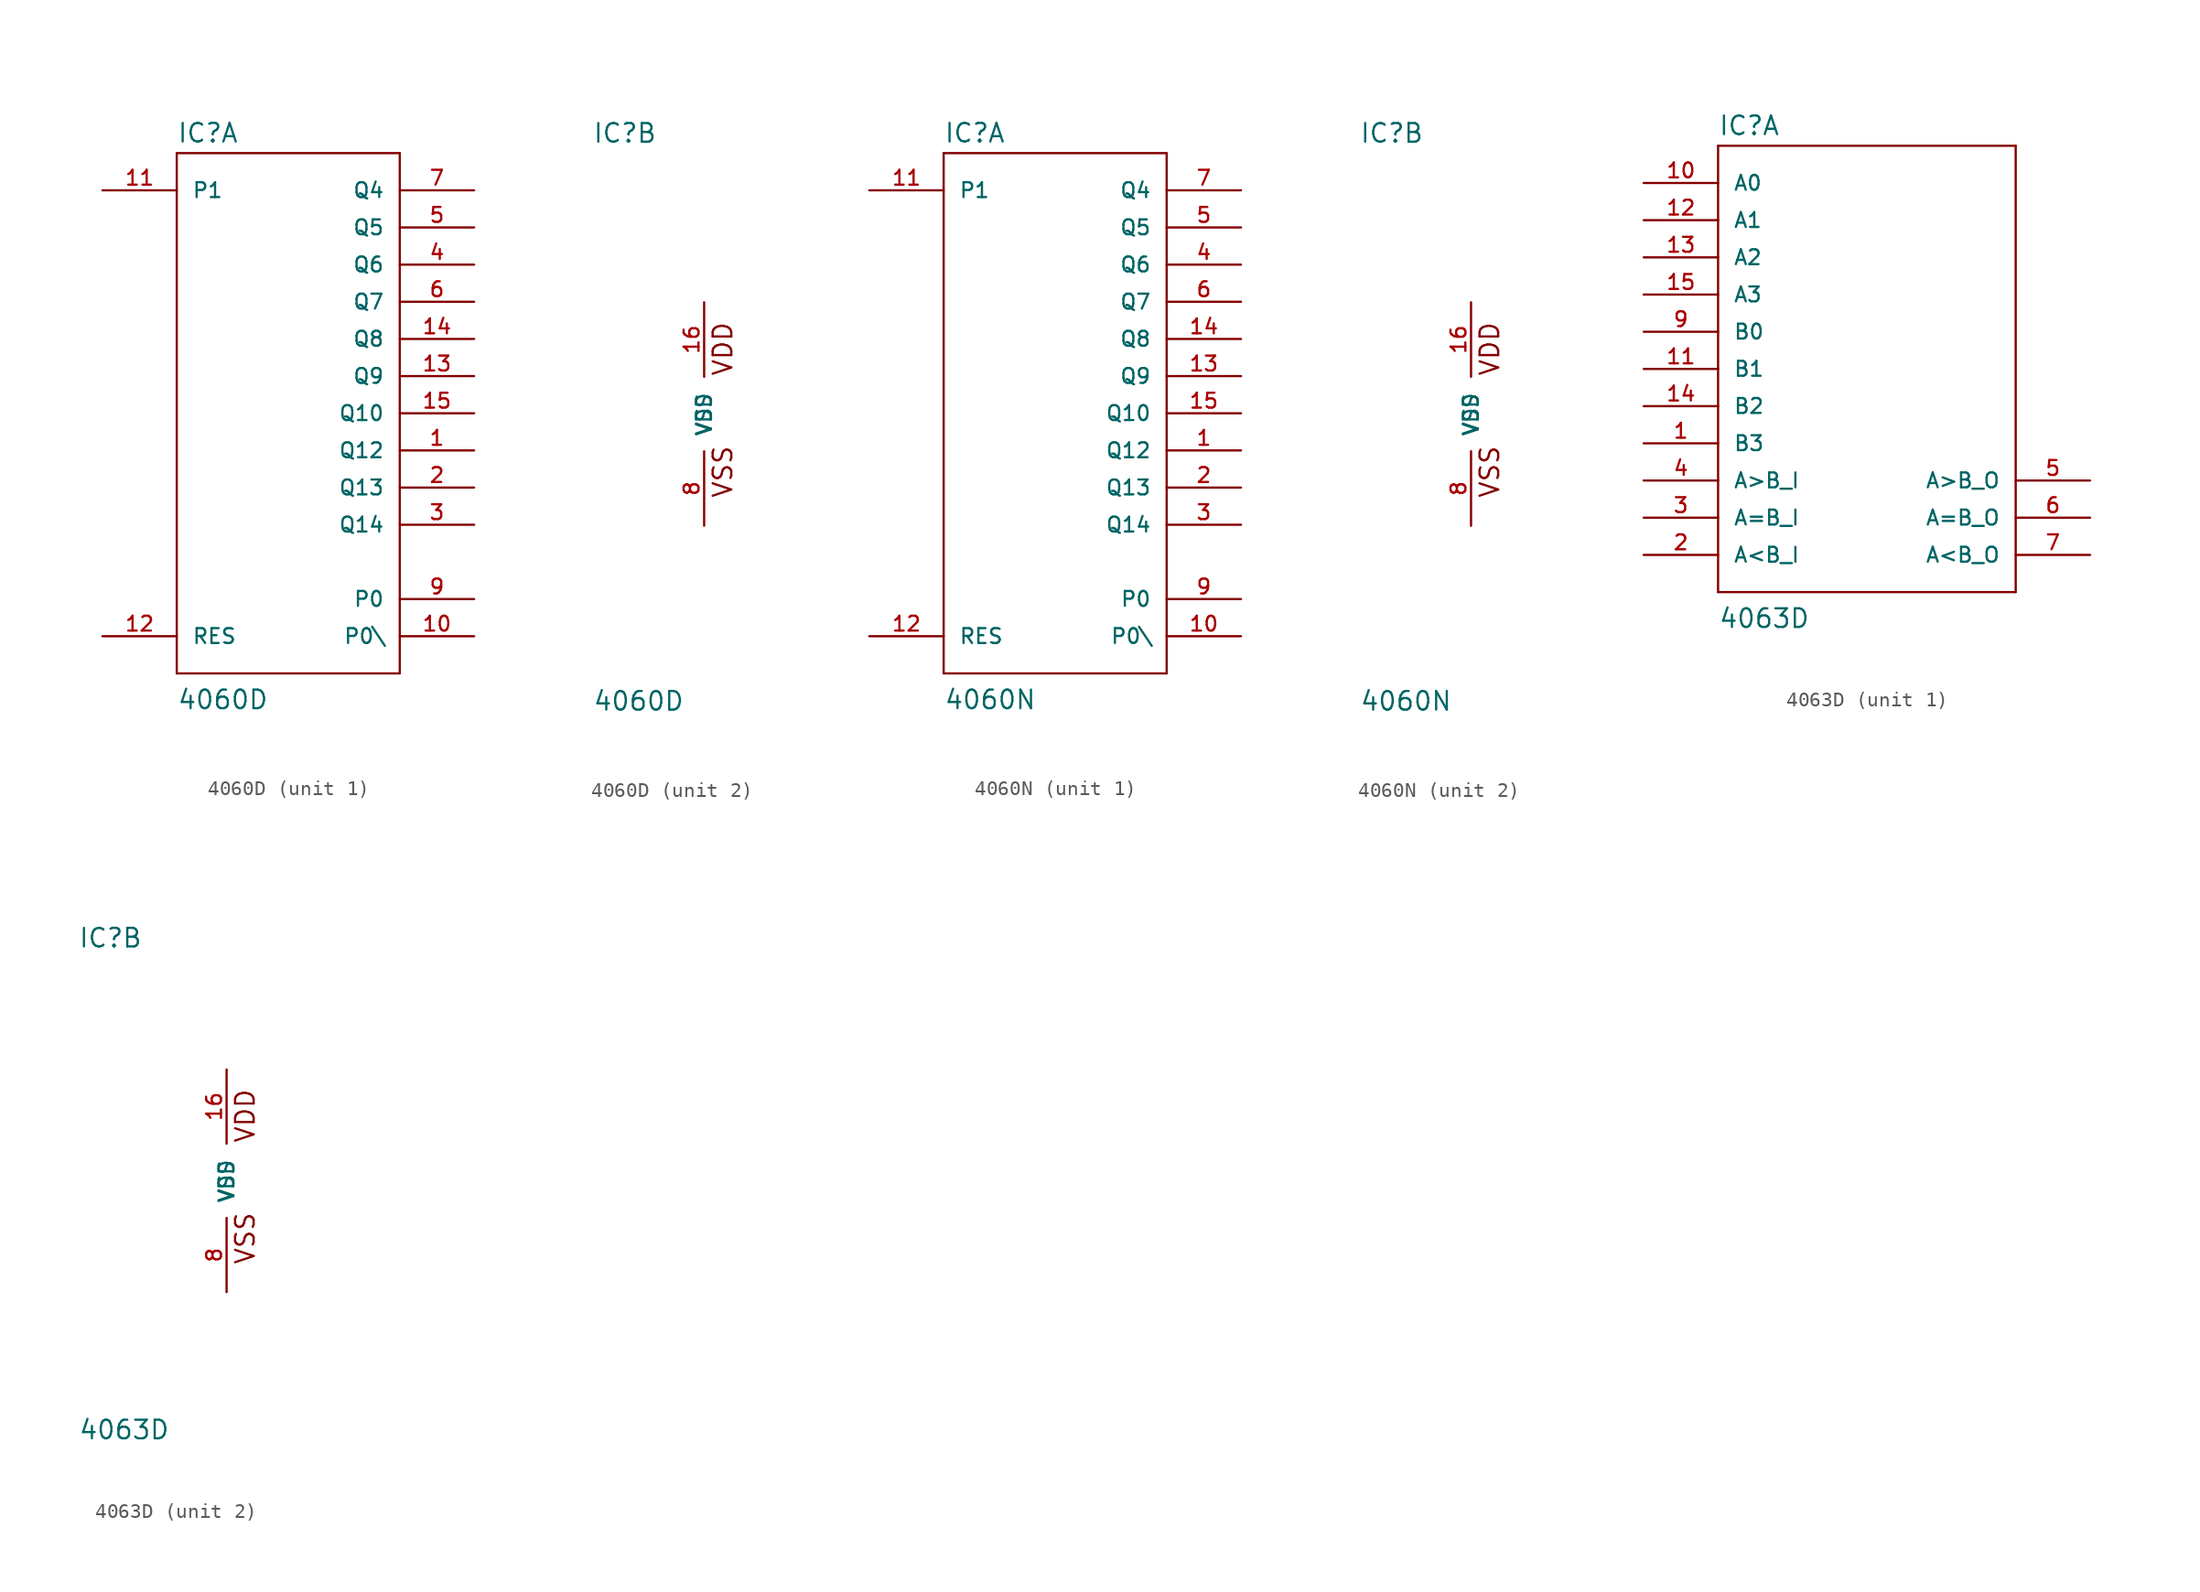
<source format=kicad_sym>
(kicad_symbol_lib
  (version 20211014)
  (generator kicad_symbol_editor)
  (symbol "4060D"
    (pin_names
      (offset 1.016))
    (property "Reference" "IC"
      (at -7.62 18.415 0)
      (effects (font (size 1.27 1.27)) (justify left bottom)))
    (property "Value" "4060D"
      (at -7.62 -20.32 0)
      (effects (font (size 1.27 1.27)) (justify left bottom)))
    (property "ki_locked" ""
      (at 0 0 0)
      (effects (font (size 1.27 1.27))))
    (symbol "4060D_1_0"
      (polyline (pts (xy -7.62 -17.78) (xy 7.62 -17.78)) (stroke (width 0) (type default) (color 0 0 0 0)) (fill (type none)))
      (polyline (pts (xy -7.62 17.78) (xy -7.62 -17.78)) (stroke (width 0) (type default) (color 0 0 0 0)) (fill (type none)))
      (polyline (pts (xy 7.62 -17.78) (xy 7.62 17.78)) (stroke (width 0) (type default) (color 0 0 0 0)) (fill (type none)))
      (polyline (pts (xy 7.62 17.78) (xy -7.62 17.78)) (stroke (width 0) (type default) (color 0 0 0 0)) (fill (type none))))
    (symbol "4060D_1_1"
      (pin output line (at 12.7 -2.54 180) (length 5.08) (name "Q12" (effects (font (size 1.016 1.016)))) (number "1" (effects (font (size 1.016 1.016)))))
      (pin output line (at 12.7 -15.24 180) (length 5.08) (name "P0\\" (effects (font (size 1.016 1.016)))) (number "10" (effects (font (size 1.016 1.016)))))
      (pin input line (at -12.7 15.24 0) (length 5.08) (name "P1" (effects (font (size 1.016 1.016)))) (number "11" (effects (font (size 1.016 1.016)))))
      (pin input line (at -12.7 -15.24 0) (length 5.08) (name "RES" (effects (font (size 1.016 1.016)))) (number "12" (effects (font (size 1.016 1.016)))))
      (pin output line (at 12.7 2.54 180) (length 5.08) (name "Q9" (effects (font (size 1.016 1.016)))) (number "13" (effects (font (size 1.016 1.016)))))
      (pin output line (at 12.7 5.08 180) (length 5.08) (name "Q8" (effects (font (size 1.016 1.016)))) (number "14" (effects (font (size 1.016 1.016)))))
      (pin output line (at 12.7 0 180) (length 5.08) (name "Q10" (effects (font (size 1.016 1.016)))) (number "15" (effects (font (size 1.016 1.016)))))
      (pin output line (at 12.7 -5.08 180) (length 5.08) (name "Q13" (effects (font (size 1.016 1.016)))) (number "2" (effects (font (size 1.016 1.016)))))
      (pin output line (at 12.7 -7.62 180) (length 5.08) (name "Q14" (effects (font (size 1.016 1.016)))) (number "3" (effects (font (size 1.016 1.016)))))
      (pin output line (at 12.7 10.16 180) (length 5.08) (name "Q6" (effects (font (size 1.016 1.016)))) (number "4" (effects (font (size 1.016 1.016)))))
      (pin output line (at 12.7 12.7 180) (length 5.08) (name "Q5" (effects (font (size 1.016 1.016)))) (number "5" (effects (font (size 1.016 1.016)))))
      (pin output line (at 12.7 7.62 180) (length 5.08) (name "Q7" (effects (font (size 1.016 1.016)))) (number "6" (effects (font (size 1.016 1.016)))))
      (pin output line (at 12.7 15.24 180) (length 5.08) (name "Q4" (effects (font (size 1.016 1.016)))) (number "7" (effects (font (size 1.016 1.016)))))
      (pin output line (at 12.7 -12.7 180) (length 5.08) (name "P0" (effects (font (size 1.016 1.016)))) (number "9" (effects (font (size 1.016 1.016))))))
    (symbol "4060D_2_0"
      (text "VDD" (at 1.27 4.445 1) (effects (font (size 1.27 1.27))))
      (text "VSS" (at 1.27 -3.937 1) (effects (font (size 1.27 1.27)))))
    (symbol "4060D_2_1"
      (pin power_in line (at 0 7.62 270) (length 5.08) (name "VDD" (effects (font (size 1.016 1.016)))) (number "16" (effects (font (size 1.016 1.016)))))
      (pin power_in line (at 0 -7.62 90) (length 5.08) (name "VSS" (effects (font (size 1.016 1.016)))) (number "8" (effects (font (size 1.016 1.016)))))))
  (symbol "4060N"
    (pin_names
      (offset 1.016))
    (property "Reference" "IC"
      (at -7.62 18.415 0)
      (effects (font (size 1.27 1.27)) (justify left bottom)))
    (property "Value" "4060N"
      (at -7.62 -20.32 0)
      (effects (font (size 1.27 1.27)) (justify left bottom)))
    (property "ki_locked" ""
      (at 0 0 0)
      (effects (font (size 1.27 1.27))))
    (symbol "4060N_1_0"
      (polyline (pts (xy -7.62 -17.78) (xy 7.62 -17.78)) (stroke (width 0) (type default) (color 0 0 0 0)) (fill (type none)))
      (polyline (pts (xy -7.62 17.78) (xy -7.62 -17.78)) (stroke (width 0) (type default) (color 0 0 0 0)) (fill (type none)))
      (polyline (pts (xy 7.62 -17.78) (xy 7.62 17.78)) (stroke (width 0) (type default) (color 0 0 0 0)) (fill (type none)))
      (polyline (pts (xy 7.62 17.78) (xy -7.62 17.78)) (stroke (width 0) (type default) (color 0 0 0 0)) (fill (type none))))
    (symbol "4060N_1_1"
      (pin output line (at 12.7 -2.54 180) (length 5.08) (name "Q12" (effects (font (size 1.016 1.016)))) (number "1" (effects (font (size 1.016 1.016)))))
      (pin output line (at 12.7 -15.24 180) (length 5.08) (name "P0\\" (effects (font (size 1.016 1.016)))) (number "10" (effects (font (size 1.016 1.016)))))
      (pin input line (at -12.7 15.24 0) (length 5.08) (name "P1" (effects (font (size 1.016 1.016)))) (number "11" (effects (font (size 1.016 1.016)))))
      (pin input line (at -12.7 -15.24 0) (length 5.08) (name "RES" (effects (font (size 1.016 1.016)))) (number "12" (effects (font (size 1.016 1.016)))))
      (pin output line (at 12.7 2.54 180) (length 5.08) (name "Q9" (effects (font (size 1.016 1.016)))) (number "13" (effects (font (size 1.016 1.016)))))
      (pin output line (at 12.7 5.08 180) (length 5.08) (name "Q8" (effects (font (size 1.016 1.016)))) (number "14" (effects (font (size 1.016 1.016)))))
      (pin output line (at 12.7 0 180) (length 5.08) (name "Q10" (effects (font (size 1.016 1.016)))) (number "15" (effects (font (size 1.016 1.016)))))
      (pin output line (at 12.7 -5.08 180) (length 5.08) (name "Q13" (effects (font (size 1.016 1.016)))) (number "2" (effects (font (size 1.016 1.016)))))
      (pin output line (at 12.7 -7.62 180) (length 5.08) (name "Q14" (effects (font (size 1.016 1.016)))) (number "3" (effects (font (size 1.016 1.016)))))
      (pin output line (at 12.7 10.16 180) (length 5.08) (name "Q6" (effects (font (size 1.016 1.016)))) (number "4" (effects (font (size 1.016 1.016)))))
      (pin output line (at 12.7 12.7 180) (length 5.08) (name "Q5" (effects (font (size 1.016 1.016)))) (number "5" (effects (font (size 1.016 1.016)))))
      (pin output line (at 12.7 7.62 180) (length 5.08) (name "Q7" (effects (font (size 1.016 1.016)))) (number "6" (effects (font (size 1.016 1.016)))))
      (pin output line (at 12.7 15.24 180) (length 5.08) (name "Q4" (effects (font (size 1.016 1.016)))) (number "7" (effects (font (size 1.016 1.016)))))
      (pin output line (at 12.7 -12.7 180) (length 5.08) (name "P0" (effects (font (size 1.016 1.016)))) (number "9" (effects (font (size 1.016 1.016))))))
    (symbol "4060N_2_0"
      (text "VDD" (at 1.27 4.445 1) (effects (font (size 1.27 1.27))))
      (text "VSS" (at 1.27 -3.937 1) (effects (font (size 1.27 1.27)))))
    (symbol "4060N_2_1"
      (pin power_in line (at 0 7.62 270) (length 5.08) (name "VDD" (effects (font (size 1.016 1.016)))) (number "16" (effects (font (size 1.016 1.016)))))
      (pin power_in line (at 0 -7.62 90) (length 5.08) (name "VSS" (effects (font (size 1.016 1.016)))) (number "8" (effects (font (size 1.016 1.016)))))))
  (symbol "4063D"
    (pin_names
      (offset 1.016))
    (property "Reference" "IC"
      (at -10.16 15.875 0)
      (effects (font (size 1.27 1.27)) (justify left bottom)))
    (property "Value" "4063D"
      (at -10.16 -17.78 0)
      (effects (font (size 1.27 1.27)) (justify left bottom)))
    (property "ki_locked" ""
      (at 0 0 0)
      (effects (font (size 1.27 1.27))))
    (symbol "4063D_1_0"
      (polyline (pts (xy -10.16 -15.24) (xy 10.16 -15.24)) (stroke (width 0) (type default) (color 0 0 0 0)) (fill (type none)))
      (polyline (pts (xy -10.16 15.24) (xy -10.16 -15.24)) (stroke (width 0) (type default) (color 0 0 0 0)) (fill (type none)))
      (polyline (pts (xy 10.16 -15.24) (xy 10.16 15.24)) (stroke (width 0) (type default) (color 0 0 0 0)) (fill (type none)))
      (polyline (pts (xy 10.16 15.24) (xy -10.16 15.24)) (stroke (width 0) (type default) (color 0 0 0 0)) (fill (type none))))
    (symbol "4063D_1_1"
      (pin input line (at -15.24 -5.08 0) (length 5.08) (name "B3" (effects (font (size 1.016 1.016)))) (number "1" (effects (font (size 1.016 1.016)))))
      (pin input line (at -15.24 12.7 0) (length 5.08) (name "A0" (effects (font (size 1.016 1.016)))) (number "10" (effects (font (size 1.016 1.016)))))
      (pin input line (at -15.24 0 0) (length 5.08) (name "B1" (effects (font (size 1.016 1.016)))) (number "11" (effects (font (size 1.016 1.016)))))
      (pin input line (at -15.24 10.16 0) (length 5.08) (name "A1" (effects (font (size 1.016 1.016)))) (number "12" (effects (font (size 1.016 1.016)))))
      (pin input line (at -15.24 7.62 0) (length 5.08) (name "A2" (effects (font (size 1.016 1.016)))) (number "13" (effects (font (size 1.016 1.016)))))
      (pin input line (at -15.24 -2.54 0) (length 5.08) (name "B2" (effects (font (size 1.016 1.016)))) (number "14" (effects (font (size 1.016 1.016)))))
      (pin input line (at -15.24 5.08 0) (length 5.08) (name "A3" (effects (font (size 1.016 1.016)))) (number "15" (effects (font (size 1.016 1.016)))))
      (pin input line (at -15.24 -12.7 0) (length 5.08) (name "A<B_I" (effects (font (size 1.016 1.016)))) (number "2" (effects (font (size 1.016 1.016)))))
      (pin input line (at -15.24 -10.16 0) (length 5.08) (name "A=B_I" (effects (font (size 1.016 1.016)))) (number "3" (effects (font (size 1.016 1.016)))))
      (pin input line (at -15.24 -7.62 0) (length 5.08) (name "A>B_I" (effects (font (size 1.016 1.016)))) (number "4" (effects (font (size 1.016 1.016)))))
      (pin output line (at 15.24 -7.62 180) (length 5.08) (name "A>B_O" (effects (font (size 1.016 1.016)))) (number "5" (effects (font (size 1.016 1.016)))))
      (pin output line (at 15.24 -10.16 180) (length 5.08) (name "A=B_O" (effects (font (size 1.016 1.016)))) (number "6" (effects (font (size 1.016 1.016)))))
      (pin output line (at 15.24 -12.7 180) (length 5.08) (name "A<B_O" (effects (font (size 1.016 1.016)))) (number "7" (effects (font (size 1.016 1.016)))))
      (pin input line (at -15.24 2.54 0) (length 5.08) (name "B0" (effects (font (size 1.016 1.016)))) (number "9" (effects (font (size 1.016 1.016))))))
    (symbol "4063D_2_0"
      (text "VDD" (at 1.27 4.445 1) (effects (font (size 1.27 1.27))))
      (text "VSS" (at 1.27 -3.937 1) (effects (font (size 1.27 1.27)))))
    (symbol "4063D_2_1"
      (pin power_in line (at 0 7.62 270) (length 5.08) (name "VDD" (effects (font (size 1.016 1.016)))) (number "16" (effects (font (size 1.016 1.016)))))
      (pin power_in line (at 0 -7.62 90) (length 5.08) (name "VSS" (effects (font (size 1.016 1.016)))) (number "8" (effects (font (size 1.016 1.016))))))))
</source>
